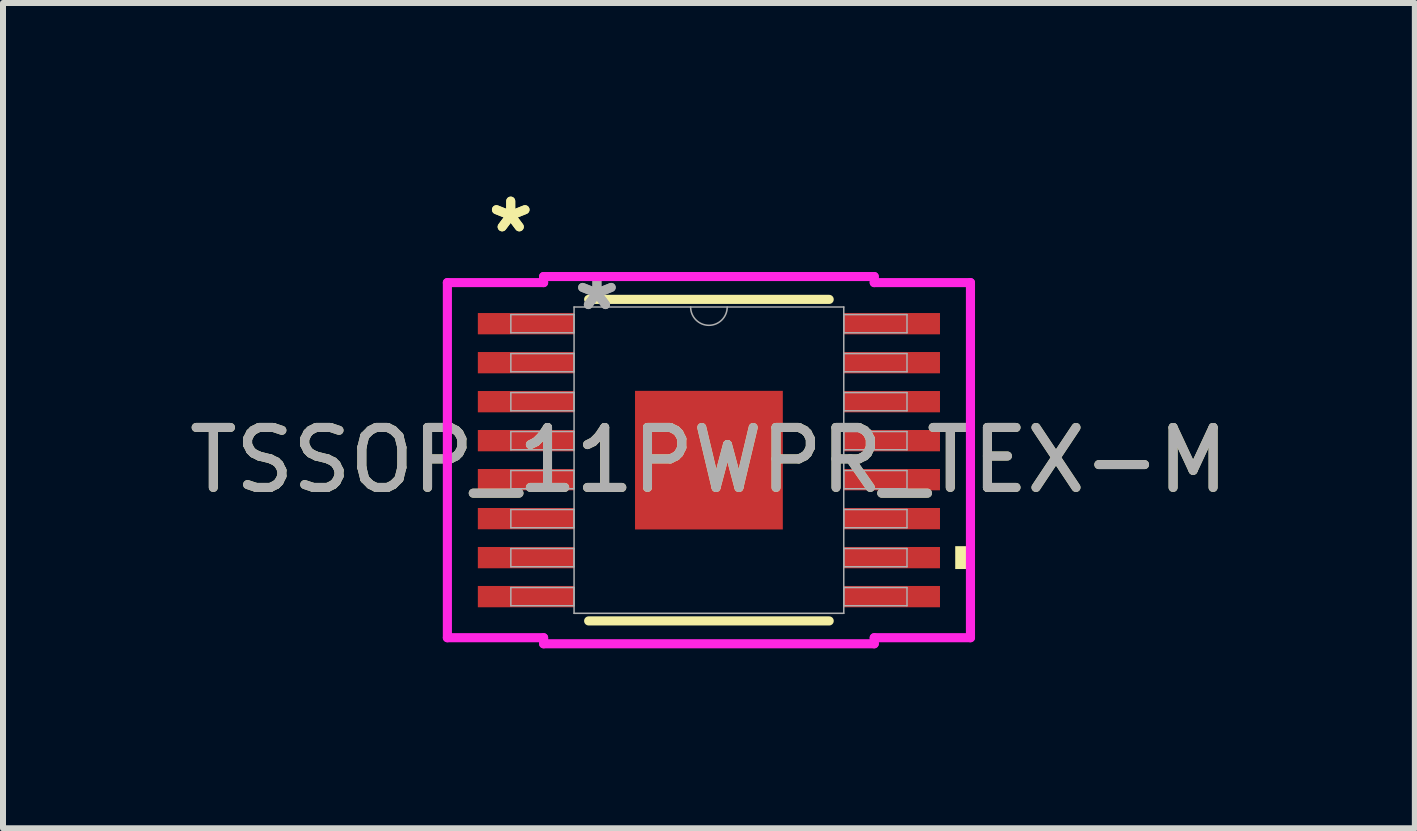
<source format=kicad_pcb>
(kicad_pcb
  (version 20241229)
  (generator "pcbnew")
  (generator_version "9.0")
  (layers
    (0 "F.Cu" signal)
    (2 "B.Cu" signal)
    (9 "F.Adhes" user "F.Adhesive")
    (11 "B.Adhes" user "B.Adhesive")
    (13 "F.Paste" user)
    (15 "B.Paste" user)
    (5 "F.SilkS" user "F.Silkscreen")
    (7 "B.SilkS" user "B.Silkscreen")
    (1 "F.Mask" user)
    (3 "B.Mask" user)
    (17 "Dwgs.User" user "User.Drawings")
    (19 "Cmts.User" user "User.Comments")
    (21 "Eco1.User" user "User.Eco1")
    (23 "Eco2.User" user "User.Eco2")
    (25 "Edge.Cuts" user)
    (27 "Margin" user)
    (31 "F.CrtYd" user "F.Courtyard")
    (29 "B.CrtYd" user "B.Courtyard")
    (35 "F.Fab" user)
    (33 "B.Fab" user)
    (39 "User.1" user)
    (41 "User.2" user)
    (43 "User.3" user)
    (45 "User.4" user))
  (footprint "TSSOP_11PWPR_TEX-M"
    (layer "F.Cu")
    (at 8.768 4.621)
    (property "Reference" "TSSOP_11PWPR_TEX-M" (at 0 0 0) (unlocked yes) (layer "F.SilkS") (effects (font (size 1 1) (thickness 0.15))))
    (attr smd)
    (fp_line (start -2.005 2.68) (end 2.005 2.68) (stroke (width 0.152) (type solid)) (layer "F.SilkS"))
    (fp_line (start 2.005 -2.68) (end -2.005 -2.68) (stroke (width 0.152) (type solid)) (layer "F.SilkS"))
    (fp_poly (pts (xy 4.36 1.434) (xy 4.36 1.815) (xy 4.106 1.815) (xy 4.106 1.434)) (stroke (width 0) (type solid)) (fill yes) (layer "F.SilkS"))
    (fp_line (start -4.36 -2.96) (end -2.756 -2.96) (stroke (width 0.152) (type solid)) (layer "F.CrtYd"))
    (fp_line (start -4.36 2.96) (end -4.36 -2.96) (stroke (width 0.152) (type solid)) (layer "F.CrtYd"))
    (fp_line (start -4.36 2.96) (end -2.756 2.96) (stroke (width 0.152) (type solid)) (layer "F.CrtYd"))
    (fp_line (start -2.756 -3.061) (end 2.756 -3.061) (stroke (width 0.152) (type solid)) (layer "F.CrtYd"))
    (fp_line (start -2.756 -2.96) (end -2.756 -3.061) (stroke (width 0.152) (type solid)) (layer "F.CrtYd"))
    (fp_line (start -2.756 3.061) (end -2.756 2.96) (stroke (width 0.152) (type solid)) (layer "F.CrtYd"))
    (fp_line (start 2.756 -3.061) (end 2.756 -2.96) (stroke (width 0.152) (type solid)) (layer "F.CrtYd"))
    (fp_line (start 2.756 2.96) (end 2.756 3.061) (stroke (width 0.152) (type solid)) (layer "F.CrtYd"))
    (fp_line (start 2.756 3.061) (end -2.756 3.061) (stroke (width 0.152) (type solid)) (layer "F.CrtYd"))
    (fp_line (start 4.36 -2.96) (end 2.756 -2.96) (stroke (width 0.152) (type solid)) (layer "F.CrtYd"))
    (fp_line (start 4.36 -2.96) (end 4.36 2.96) (stroke (width 0.152) (type solid)) (layer "F.CrtYd"))
    (fp_line (start 4.36 2.96) (end 2.756 2.96) (stroke (width 0.152) (type solid)) (layer "F.CrtYd"))
    (fp_line (start -3.302 -2.427) (end -3.302 -2.123) (stroke (width 0.025) (type solid)) (layer "F.Fab"))
    (fp_line (start -3.302 -2.123) (end -2.248 -2.123) (stroke (width 0.025) (type solid)) (layer "F.Fab"))
    (fp_line (start -3.302 -1.777) (end -3.302 -1.473) (stroke (width 0.025) (type solid)) (layer "F.Fab"))
    (fp_line (start -3.302 -1.473) (end -2.248 -1.473) (stroke (width 0.025) (type solid)) (layer "F.Fab"))
    (fp_line (start -3.302 -1.127) (end -3.302 -0.823) (stroke (width 0.025) (type solid)) (layer "F.Fab"))
    (fp_line (start -3.302 -0.823) (end -2.248 -0.823) (stroke (width 0.025) (type solid)) (layer "F.Fab"))
    (fp_line (start -3.302 -0.477) (end -3.302 -0.173) (stroke (width 0.025) (type solid)) (layer "F.Fab"))
    (fp_line (start -3.302 -0.173) (end -2.248 -0.173) (stroke (width 0.025) (type solid)) (layer "F.Fab"))
    (fp_line (start -3.302 0.173) (end -3.302 0.477) (stroke (width 0.025) (type solid)) (layer "F.Fab"))
    (fp_line (start -3.302 0.477) (end -2.248 0.477) (stroke (width 0.025) (type solid)) (layer "F.Fab"))
    (fp_line (start -3.302 0.823) (end -3.302 1.127) (stroke (width 0.025) (type solid)) (layer "F.Fab"))
    (fp_line (start -3.302 1.127) (end -2.248 1.127) (stroke (width 0.025) (type solid)) (layer "F.Fab"))
    (fp_line (start -3.302 1.473) (end -3.302 1.777) (stroke (width 0.025) (type solid)) (layer "F.Fab"))
    (fp_line (start -3.302 1.777) (end -2.248 1.777) (stroke (width 0.025) (type solid)) (layer "F.Fab"))
    (fp_line (start -3.302 2.123) (end -3.302 2.427) (stroke (width 0.025) (type solid)) (layer "F.Fab"))
    (fp_line (start -3.302 2.427) (end -2.248 2.427) (stroke (width 0.025) (type solid)) (layer "F.Fab"))
    (fp_line (start -2.248 -2.553) (end -2.248 2.553) (stroke (width 0.025) (type solid)) (layer "F.Fab"))
    (fp_line (start -2.248 -2.427) (end -3.302 -2.427) (stroke (width 0.025) (type solid)) (layer "F.Fab"))
    (fp_line (start -2.248 -2.123) (end -2.248 -2.427) (stroke (width 0.025) (type solid)) (layer "F.Fab"))
    (fp_line (start -2.248 -1.777) (end -3.302 -1.777) (stroke (width 0.025) (type solid)) (layer "F.Fab"))
    (fp_line (start -2.248 -1.473) (end -2.248 -1.777) (stroke (width 0.025) (type solid)) (layer "F.Fab"))
    (fp_line (start -2.248 -1.127) (end -3.302 -1.127) (stroke (width 0.025) (type solid)) (layer "F.Fab"))
    (fp_line (start -2.248 -0.823) (end -2.248 -1.127) (stroke (width 0.025) (type solid)) (layer "F.Fab"))
    (fp_line (start -2.248 -0.477) (end -3.302 -0.477) (stroke (width 0.025) (type solid)) (layer "F.Fab"))
    (fp_line (start -2.248 -0.173) (end -2.248 -0.477) (stroke (width 0.025) (type solid)) (layer "F.Fab"))
    (fp_line (start -2.248 0.173) (end -3.302 0.173) (stroke (width 0.025) (type solid)) (layer "F.Fab"))
    (fp_line (start -2.248 0.477) (end -2.248 0.173) (stroke (width 0.025) (type solid)) (layer "F.Fab"))
    (fp_line (start -2.248 0.823) (end -3.302 0.823) (stroke (width 0.025) (type solid)) (layer "F.Fab"))
    (fp_line (start -2.248 1.127) (end -2.248 0.823) (stroke (width 0.025) (type solid)) (layer "F.Fab"))
    (fp_line (start -2.248 1.473) (end -3.302 1.473) (stroke (width 0.025) (type solid)) (layer "F.Fab"))
    (fp_line (start -2.248 1.777) (end -2.248 1.473) (stroke (width 0.025) (type solid)) (layer "F.Fab"))
    (fp_line (start -2.248 2.123) (end -3.302 2.123) (stroke (width 0.025) (type solid)) (layer "F.Fab"))
    (fp_line (start -2.248 2.427) (end -2.248 2.123) (stroke (width 0.025) (type solid)) (layer "F.Fab"))
    (fp_line (start -2.248 2.553) (end 2.248 2.553) (stroke (width 0.025) (type solid)) (layer "F.Fab"))
    (fp_line (start 2.248 -2.553) (end -2.248 -2.553) (stroke (width 0.025) (type solid)) (layer "F.Fab"))
    (fp_line (start 2.248 -2.427) (end 2.248 -2.123) (stroke (width 0.025) (type solid)) (layer "F.Fab"))
    (fp_line (start 2.248 -2.123) (end 3.302 -2.123) (stroke (width 0.025) (type solid)) (layer "F.Fab"))
    (fp_line (start 2.248 -1.777) (end 2.248 -1.473) (stroke (width 0.025) (type solid)) (layer "F.Fab"))
    (fp_line (start 2.248 -1.473) (end 3.302 -1.473) (stroke (width 0.025) (type solid)) (layer "F.Fab"))
    (fp_line (start 2.248 -1.127) (end 2.248 -0.823) (stroke (width 0.025) (type solid)) (layer "F.Fab"))
    (fp_line (start 2.248 -0.823) (end 3.302 -0.823) (stroke (width 0.025) (type solid)) (layer "F.Fab"))
    (fp_line (start 2.248 -0.477) (end 2.248 -0.173) (stroke (width 0.025) (type solid)) (layer "F.Fab"))
    (fp_line (start 2.248 -0.173) (end 3.302 -0.173) (stroke (width 0.025) (type solid)) (layer "F.Fab"))
    (fp_line (start 2.248 0.173) (end 2.248 0.477) (stroke (width 0.025) (type solid)) (layer "F.Fab"))
    (fp_line (start 2.248 0.477) (end 3.302 0.477) (stroke (width 0.025) (type solid)) (layer "F.Fab"))
    (fp_line (start 2.248 0.823) (end 2.248 1.127) (stroke (width 0.025) (type solid)) (layer "F.Fab"))
    (fp_line (start 2.248 1.127) (end 3.302 1.127) (stroke (width 0.025) (type solid)) (layer "F.Fab"))
    (fp_line (start 2.248 1.473) (end 2.248 1.777) (stroke (width 0.025) (type solid)) (layer "F.Fab"))
    (fp_line (start 2.248 1.777) (end 3.302 1.777) (stroke (width 0.025) (type solid)) (layer "F.Fab"))
    (fp_line (start 2.248 2.123) (end 2.248 2.427) (stroke (width 0.025) (type solid)) (layer "F.Fab"))
    (fp_line (start 2.248 2.427) (end 3.302 2.427) (stroke (width 0.025) (type solid)) (layer "F.Fab"))
    (fp_line (start 2.248 2.553) (end 2.248 -2.553) (stroke (width 0.025) (type solid)) (layer "F.Fab"))
    (fp_line (start 3.302 -2.427) (end 2.248 -2.427) (stroke (width 0.025) (type solid)) (layer "F.Fab"))
    (fp_line (start 3.302 -2.123) (end 3.302 -2.427) (stroke (width 0.025) (type solid)) (layer "F.Fab"))
    (fp_line (start 3.302 -1.777) (end 2.248 -1.777) (stroke (width 0.025) (type solid)) (layer "F.Fab"))
    (fp_line (start 3.302 -1.473) (end 3.302 -1.777) (stroke (width 0.025) (type solid)) (layer "F.Fab"))
    (fp_line (start 3.302 -1.127) (end 2.248 -1.127) (stroke (width 0.025) (type solid)) (layer "F.Fab"))
    (fp_line (start 3.302 -0.823) (end 3.302 -1.127) (stroke (width 0.025) (type solid)) (layer "F.Fab"))
    (fp_line (start 3.302 -0.477) (end 2.248 -0.477) (stroke (width 0.025) (type solid)) (layer "F.Fab"))
    (fp_line (start 3.302 -0.173) (end 3.302 -0.477) (stroke (width 0.025) (type solid)) (layer "F.Fab"))
    (fp_line (start 3.302 0.173) (end 2.248 0.173) (stroke (width 0.025) (type solid)) (layer "F.Fab"))
    (fp_line (start 3.302 0.477) (end 3.302 0.173) (stroke (width 0.025) (type solid)) (layer "F.Fab"))
    (fp_line (start 3.302 0.823) (end 2.248 0.823) (stroke (width 0.025) (type solid)) (layer "F.Fab"))
    (fp_line (start 3.302 1.127) (end 3.302 0.823) (stroke (width 0.025) (type solid)) (layer "F.Fab"))
    (fp_line (start 3.302 1.473) (end 2.248 1.473) (stroke (width 0.025) (type solid)) (layer "F.Fab"))
    (fp_line (start 3.302 1.777) (end 3.302 1.473) (stroke (width 0.025) (type solid)) (layer "F.Fab"))
    (fp_line (start 3.302 2.123) (end 2.248 2.123) (stroke (width 0.025) (type solid)) (layer "F.Fab"))
    (fp_line (start 3.302 2.427) (end 3.302 2.123) (stroke (width 0.025) (type solid)) (layer "F.Fab"))
    (fp_arc (start 0.3048 -2.5527) (mid 0 -2.2479) (end -0.3048 -2.5527) (stroke (width 0.0254) (type solid)) (layer "F.Fab"))
    (fp_text user "*" (at -3.304 -3.773 0) (unlocked yes) (layer "F.SilkS") (effects (font (size 1 1) (thickness 0.15))))
    (fp_text user "*" (at -3.304 -3.773 0) (layer "F.SilkS") (effects (font (size 1 1) (thickness 0.15))))
    (fp_text user "${REFERENCE}" (at 0 0 0) (unlocked yes) (layer "F.Fab") (effects (font (size 1 1) (thickness 0.15))))
    (fp_text user "*" (at -1.867 -2.477 0) (unlocked yes) (layer "F.Fab") (effects (font (size 1 1) (thickness 0.15))))
    (fp_text user "*" (at -1.867 -2.477 0) (layer "F.Fab") (effects (font (size 1 1) (thickness 0.15))))
    (pad "1" smd rect (at -3.05 -2.275) (size 1.604 0.355) (layers "F.Cu" "F.Mask" "F.Paste"))
    (pad "2" smd rect (at -3.05 -1.625) (size 1.604 0.355) (layers "F.Cu" "F.Mask" "F.Paste"))
    (pad "3" smd rect (at -3.05 -0.975) (size 1.604 0.355) (layers "F.Cu" "F.Mask" "F.Paste"))
    (pad "4" smd rect (at -3.05 -0.325) (size 1.604 0.355) (layers "F.Cu" "F.Mask" "F.Paste"))
    (pad "5" smd rect (at -3.05 0.325) (size 1.604 0.355) (layers "F.Cu" "F.Mask" "F.Paste"))
    (pad "6" smd rect (at -3.05 0.975) (size 1.604 0.355) (layers "F.Cu" "F.Mask" "F.Paste"))
    (pad "7" smd rect (at -3.05 1.625) (size 1.604 0.355) (layers "F.Cu" "F.Mask" "F.Paste"))
    (pad "8" smd rect (at -3.05 2.275) (size 1.604 0.355) (layers "F.Cu" "F.Mask" "F.Paste"))
    (pad "9" smd rect (at 3.05 2.275) (size 1.604 0.355) (layers "F.Cu" "F.Mask" "F.Paste"))
    (pad "10" smd rect (at 3.05 1.625) (size 1.604 0.355) (layers "F.Cu" "F.Mask" "F.Paste"))
    (pad "11" smd rect (at 3.05 0.975) (size 1.604 0.355) (layers "F.Cu" "F.Mask" "F.Paste"))
    (pad "12" smd rect (at 3.05 0.325) (size 1.604 0.355) (layers "F.Cu" "F.Mask" "F.Paste"))
    (pad "13" smd rect (at 3.05 -0.325) (size 1.604 0.355) (layers "F.Cu" "F.Mask" "F.Paste"))
    (pad "14" smd rect (at 3.05 -0.975) (size 1.604 0.355) (layers "F.Cu" "F.Mask" "F.Paste"))
    (pad "15" smd rect (at 3.05 -1.625) (size 1.604 0.355) (layers "F.Cu" "F.Mask" "F.Paste"))
    (pad "16" smd rect (at 3.05 -2.275) (size 1.604 0.355) (layers "F.Cu" "F.Mask" "F.Paste"))
    (pad "EPAD" smd rect (at 0 0) (size 2.464 2.311) (layers "F.Cu" "F.Mask" "F.Paste")))
  (gr_rect
    (start -3 -3)
    (end 20.536 10.758)
    (stroke (width 0.1) (type default))
    (fill no)
    (layer "Edge.Cuts")))
</source>
